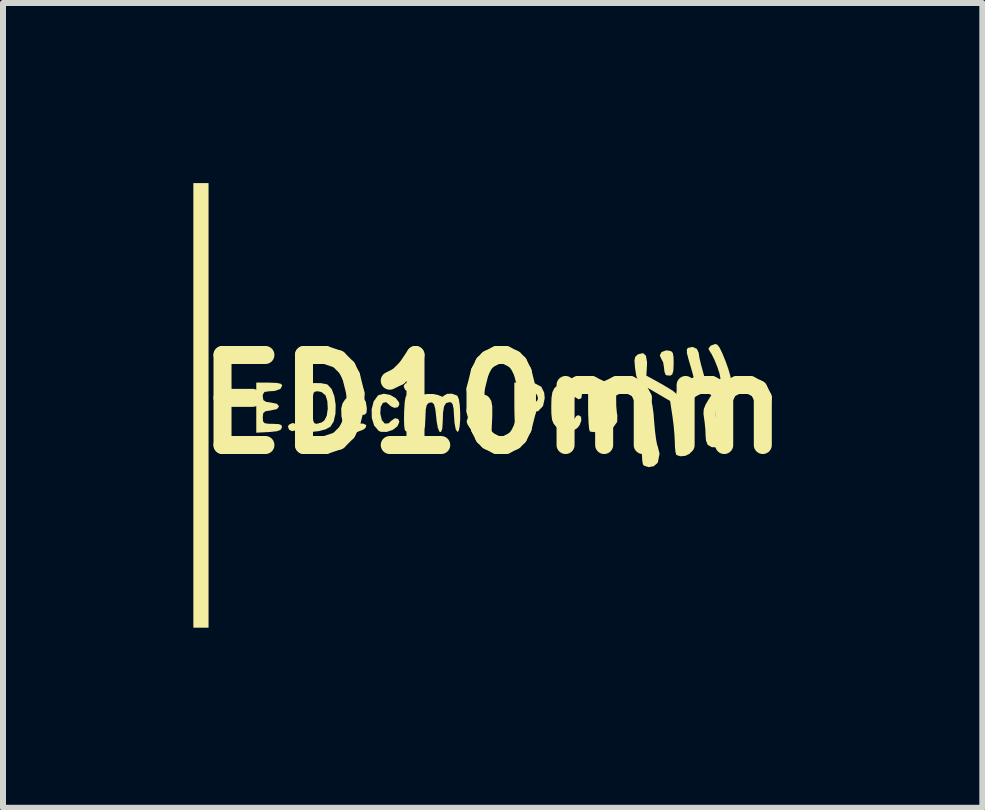
<source format=kicad_pcb>
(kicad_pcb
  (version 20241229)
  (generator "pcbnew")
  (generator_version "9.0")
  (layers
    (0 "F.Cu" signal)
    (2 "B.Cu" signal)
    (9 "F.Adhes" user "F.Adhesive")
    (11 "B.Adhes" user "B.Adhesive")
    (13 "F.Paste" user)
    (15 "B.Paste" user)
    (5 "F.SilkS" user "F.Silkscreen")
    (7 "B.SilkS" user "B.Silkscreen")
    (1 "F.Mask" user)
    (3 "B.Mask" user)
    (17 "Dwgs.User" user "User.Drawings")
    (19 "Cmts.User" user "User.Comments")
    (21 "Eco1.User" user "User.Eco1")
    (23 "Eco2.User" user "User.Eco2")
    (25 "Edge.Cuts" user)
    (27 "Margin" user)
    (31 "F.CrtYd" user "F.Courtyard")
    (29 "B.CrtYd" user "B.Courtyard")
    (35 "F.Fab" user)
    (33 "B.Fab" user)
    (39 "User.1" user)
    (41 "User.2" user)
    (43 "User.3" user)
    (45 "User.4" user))
  (footprint "ED10mm"
    (layer "F.Cu")
    (at 5.157 3.685)
    (property "Reference" "ED10mm" (at 0 0 0) (layer "F.SilkS") (effects (font (size 1.5 1.5) (thickness 0.3))))
    (attr board_only exclude_from_pos_files exclude_from_bom)
    (fp_poly (pts (xy -4.733 0.018) (xy -4.733 3.721) (xy -4.86 3.721) (xy -4.986 3.721) (xy -4.986 0.018) (xy -4.986 -3.685) (xy -4.86 -3.685) (xy -4.733 -3.685)) (stroke (width 0) (type solid)) (fill yes) (layer "F.SilkS"))
    (fp_poly (pts (xy -3.276 0.329) (xy -3.252 0.379) (xy -3.28 0.432) (xy -3.34 0.448) (xy -3.391 0.424) (xy -3.411 0.37) (xy -3.393 0.339) (xy -3.335 0.311)) (stroke (width 0) (type solid)) (fill yes) (layer "F.SilkS"))
    (fp_poly (pts (xy -1.364 -0.32) (xy -1.355 -0.292) (xy -1.38 -0.238) (xy -1.432 -0.226) (xy -1.457 -0.24) (xy -1.483 -0.298) (xy -1.462 -0.345) (xy -1.418 -0.354)) (stroke (width 0) (type solid)) (fill yes) (layer "F.SilkS"))
    (fp_poly (pts (xy 2.916 -0.897) (xy 2.972 -0.885) (xy 3.001 -0.855) (xy 3.013 -0.787) (xy 3.015 -0.687) (xy 3.011 -0.565) (xy 2.993 -0.5) (xy 2.961 -0.478) (xy 2.897 -0.482) (xy 2.88 -0.493) (xy 2.861 -0.545) (xy 2.854 -0.613) (xy 2.84 -0.7) (xy 2.813 -0.749) (xy 2.784 -0.814) (xy 2.813 -0.87) (xy 2.884 -0.897)) (stroke (width 0) (type solid)) (fill yes) (layer "F.SilkS"))
    (fp_poly (pts (xy -1.382 -0.149) (xy -1.365 -0.101) (xy -1.357 -0.006) (xy -1.355 0.142) (xy -1.359 0.312) (xy -1.373 0.416) (xy -1.398 0.46) (xy -1.4 0.461) (xy -1.45 0.447) (xy -1.465 0.424) (xy -1.473 0.364) (xy -1.477 0.255) (xy -1.475 0.119) (xy -1.474 0.105) (xy -1.465 -0.038) (xy -1.45 -0.122) (xy -1.426 -0.158) (xy -1.409 -0.163)) (stroke (width 0) (type solid)) (fill yes) (layer "F.SilkS"))
    (fp_poly (pts (xy 3.402 -0.923) (xy 3.433 -0.855) (xy 3.433 -0.854) (xy 3.443 -0.779) (xy 3.47 -0.663) (xy 3.499 -0.56) (xy 3.539 -0.411) (xy 3.548 -0.317) (xy 3.525 -0.267) (xy 3.469 -0.253) (xy 3.467 -0.253) (xy 3.415 -0.276) (xy 3.375 -0.353) (xy 3.36 -0.406) (xy 3.324 -0.539) (xy 3.281 -0.688) (xy 3.266 -0.737) (xy 3.236 -0.852) (xy 3.235 -0.916) (xy 3.253 -0.94) (xy 3.332 -0.956)) (stroke (width 0) (type solid)) (fill yes) (layer "F.SilkS"))
    (fp_poly (pts (xy 2.632 -0.068) (xy 2.66 0.012) (xy 2.68 0.153) (xy 2.69 0.283) (xy 2.704 0.441) (xy 2.721 0.576) (xy 2.738 0.669) (xy 2.748 0.695) (xy 2.78 0.823) (xy 2.754 0.958) (xy 2.745 0.978) (xy 2.684 1.031) (xy 2.599 1.047) (xy 2.523 1.023) (xy 2.504 1.003) (xy 2.493 0.948) (xy 2.486 0.841) (xy 2.484 0.695) (xy 2.486 0.528) (xy 2.492 0.355) (xy 2.501 0.192) (xy 2.512 0.055) (xy 2.525 -0.041) (xy 2.539 -0.078) (xy 2.592 -0.096)) (stroke (width 0) (type solid)) (fill yes) (layer "F.SilkS"))
    (fp_poly (pts (xy -1.71 -0.157) (xy -1.618 -0.106) (xy -1.561 -0.035) (xy -1.554 0.001) (xy -1.58 0.049) (xy -1.64 0.059) (xy -1.701 0.03) (xy -1.713 0.017) (xy -1.775 -0.036) (xy -1.829 -0.024) (xy -1.865 0.043) (xy -1.872 0.153) (xy -1.846 0.264) (xy -1.797 0.321) (xy -1.734 0.317) (xy -1.683 0.269) (xy -1.627 0.232) (xy -1.574 0.244) (xy -1.554 0.291) (xy -1.586 0.366) (xy -1.664 0.426) (xy -1.765 0.46) (xy -1.862 0.459) (xy -1.9 0.442) (xy -1.975 0.353) (xy -2.014 0.226) (xy -2.016 0.084) (xy -1.983 -0.047) (xy -1.914 -0.143) (xy -1.9 -0.153) (xy -1.813 -0.176)) (stroke (width 0) (type solid)) (fill yes) (layer "F.SilkS"))
    (fp_poly (pts (xy -3.593 -0.356) (xy -3.524 -0.34) (xy -3.505 -0.311) (xy -3.538 -0.254) (xy -3.635 -0.222) (xy -3.724 -0.217) (xy -3.801 -0.206) (xy -3.828 -0.163) (xy -3.83 -0.129) (xy -3.819 -0.069) (xy -3.774 -0.041) (xy -3.694 -0.029) (xy -3.593 -0.008) (xy -3.559 0.035) (xy -3.559 0.036) (xy -3.592 0.079) (xy -3.692 0.101) (xy -3.694 0.102) (xy -3.784 0.115) (xy -3.822 0.147) (xy -3.83 0.215) (xy -3.83 0.219) (xy -3.825 0.284) (xy -3.798 0.315) (xy -3.729 0.325) (xy -3.665 0.325) (xy -3.563 0.33) (xy -3.517 0.347) (xy -3.511 0.385) (xy -3.511 0.388) (xy -3.535 0.427) (xy -3.596 0.449) (xy -3.712 0.461) (xy -3.731 0.462) (xy -3.938 0.473) (xy -3.938 0.056) (xy -3.938 -0.361) (xy -3.721 -0.361)) (stroke (width 0) (type solid)) (fill yes) (layer "F.SilkS"))
    (fp_poly (pts (xy 0.711 -0.345) (xy 0.81 -0.292) (xy 0.858 -0.195) (xy 0.867 -0.102) (xy 0.839 0.029) (xy 0.757 0.114) (xy 0.628 0.144) (xy 0.622 0.145) (xy 0.551 0.15) (xy 0.516 0.181) (xy 0.502 0.256) (xy 0.499 0.295) (xy 0.479 0.406) (xy 0.441 0.461) (xy 0.393 0.453) (xy 0.386 0.446) (xy 0.376 0.402) (xy 0.368 0.302) (xy 0.363 0.161) (xy 0.361 0.03) (xy 0.361 -0.09) (xy 0.506 -0.09) (xy 0.514 -0.003) (xy 0.546 0.032) (xy 0.576 0.036) (xy 0.657 0.012) (xy 0.702 -0.021) (xy 0.748 -0.071) (xy 0.754 -0.11) (xy 0.737 -0.16) (xy 0.685 -0.204) (xy 0.61 -0.217) (xy 0.54 -0.209) (xy 0.511 -0.172) (xy 0.506 -0.09) (xy 0.361 -0.09) (xy 0.361 -0.361) (xy 0.554 -0.361)) (stroke (width 0) (type solid)) (fill yes) (layer "F.SilkS"))
    (fp_poly (pts (xy -2.174 -0.133) (xy -2.113 -0.042) (xy -2.096 0.066) (xy -2.101 0.139) (xy -2.13 0.172) (xy -2.205 0.18) (xy -2.24 0.181) (xy -2.334 0.186) (xy -2.376 0.211) (xy -2.385 0.256) (xy -2.373 0.306) (xy -2.326 0.323) (xy -2.26 0.32) (xy -2.153 0.322) (xy -2.104 0.348) (xy -2.118 0.392) (xy -2.148 0.418) (xy -2.267 0.466) (xy -2.39 0.448) (xy -2.437 0.422) (xy -2.489 0.342) (xy -2.519 0.201) (xy -2.519 0.196) (xy -2.523 0.071) (xy -2.509 0.016) (xy -2.385 0.016) (xy -2.353 0.062) (xy -2.291 0.072) (xy -2.223 0.058) (xy -2.213 0.027) (xy -2.253 -0.016) (xy -2.316 -0.031) (xy -2.369 -0.016) (xy -2.385 0.016) (xy -2.509 0.016) (xy -2.501 -0.016) (xy -2.458 -0.081) (xy -2.362 -0.159) (xy -2.262 -0.175)) (stroke (width 0) (type solid)) (fill yes) (layer "F.SilkS"))
    (fp_poly (pts (xy 1.382 -0.32) (xy 1.462 -0.236) (xy 1.487 -0.164) (xy 1.477 -0.101) (xy 1.433 -0.083) (xy 1.38 -0.113) (xy 1.355 -0.152) (xy 1.292 -0.229) (xy 1.208 -0.242) (xy 1.16 -0.221) (xy 1.125 -0.163) (xy 1.1 -0.06) (xy 1.09 0.061) (xy 1.096 0.175) (xy 1.117 0.248) (xy 1.18 0.309) (xy 1.259 0.325) (xy 1.329 0.295) (xy 1.355 0.253) (xy 1.395 0.194) (xy 1.43 0.181) (xy 1.472 0.207) (xy 1.477 0.271) (xy 1.447 0.35) (xy 1.409 0.397) (xy 1.302 0.46) (xy 1.184 0.456) (xy 1.07 0.387) (xy 1.064 0.381) (xy 1.016 0.324) (xy 0.989 0.258) (xy 0.978 0.161) (xy 0.976 0.038) (xy 0.98 -0.108) (xy 0.995 -0.202) (xy 1.026 -0.265) (xy 1.048 -0.289) (xy 1.154 -0.352) (xy 1.272 -0.36)) (stroke (width 0) (type solid)) (fill yes) (layer "F.SilkS"))
    (fp_poly (pts (xy -2.859 -0.352) (xy -2.765 -0.334) (xy -2.749 -0.327) (xy -2.682 -0.254) (xy -2.637 -0.134) (xy -2.615 0.011) (xy -2.619 0.159) (xy -2.649 0.288) (xy -2.703 0.373) (xy -2.783 0.417) (xy -2.895 0.447) (xy -3.008 0.459) (xy -3.09 0.446) (xy -3.1 0.441) (xy -3.122 0.403) (xy -3.134 0.318) (xy -3.138 0.178) (xy -3.136 0.054) (xy -2.999 0.054) (xy -2.997 0.193) (xy -2.989 0.274) (xy -2.971 0.313) (xy -2.939 0.325) (xy -2.929 0.325) (xy -2.847 0.301) (xy -2.803 0.268) (xy -2.764 0.19) (xy -2.747 0.073) (xy -2.754 -0.051) (xy -2.783 -0.147) (xy -2.849 -0.203) (xy -2.91 -0.217) (xy -2.955 -0.213) (xy -2.982 -0.193) (xy -2.994 -0.139) (xy -2.999 -0.039) (xy -2.999 0.054) (xy -3.136 0.054) (xy -3.136 0.033) (xy -3.125 -0.343) (xy -2.973 -0.354)) (stroke (width 0) (type solid)) (fill yes) (layer "F.SilkS"))
    (fp_poly (pts (xy -0.096 -0.146) (xy -0.058 -0.113) (xy -0.023 -0.055) (xy -0.007 0.031) (xy -0.006 0.165) (xy -0.007 0.202) (xy -0.018 0.448) (xy -0.167 0.458) (xy -0.29 0.452) (xy -0.369 0.409) (xy -0.375 0.403) (xy -0.421 0.331) (xy -0.434 0.285) (xy -0.43 0.273) (xy -0.284 0.273) (xy -0.258 0.316) (xy -0.219 0.325) (xy -0.158 0.301) (xy -0.145 0.25) (xy -0.164 0.193) (xy -0.207 0.187) (xy -0.266 0.221) (xy -0.284 0.273) (xy -0.43 0.273) (xy -0.404 0.192) (xy -0.333 0.112) (xy -0.245 0.073) (xy -0.233 0.072) (xy -0.162 0.053) (xy -0.145 0.018) (xy -0.175 -0.026) (xy -0.217 -0.036) (xy -0.275 -0.021) (xy -0.289 0) (xy -0.318 0.032) (xy -0.343 0.036) (xy -0.388 0.011) (xy -0.394 -0.048) (xy -0.366 -0.111) (xy -0.328 -0.143) (xy -0.203 -0.179)) (stroke (width 0) (type solid)) (fill yes) (layer "F.SilkS"))
    (fp_poly (pts (xy 2.554 -0.808) (xy 2.572 -0.697) (xy 2.57 -0.636) (xy 2.56 -0.478) (xy 2.834 -0.327) (xy 3 -0.226) (xy 3.098 -0.144) (xy 3.126 -0.097) (xy 3.141 -0.025) (xy 3.164 0.095) (xy 3.192 0.239) (xy 3.197 0.269) (xy 3.227 0.408) (xy 3.257 0.52) (xy 3.283 0.585) (xy 3.287 0.592) (xy 3.321 0.668) (xy 3.314 0.762) (xy 3.281 0.824) (xy 3.211 0.858) (xy 3.124 0.866) (xy 3.059 0.843) (xy 3.059 0.843) (xy 3.045 0.795) (xy 3.036 0.702) (xy 3.035 0.646) (xy 3.029 0.519) (xy 3.015 0.357) (xy 2.996 0.209) (xy 2.956 -0.055) (xy 2.686 -0.213) (xy 2.552 -0.292) (xy 2.466 -0.351) (xy 2.418 -0.405) (xy 2.392 -0.473) (xy 2.377 -0.57) (xy 2.37 -0.622) (xy 2.362 -0.73) (xy 2.375 -0.791) (xy 2.415 -0.828) (xy 2.425 -0.834) (xy 2.506 -0.853)) (stroke (width 0) (type solid)) (fill yes) (layer "F.SilkS"))
    (fp_poly (pts (xy 1.906 -0.352) (xy 1.998 -0.318) (xy 2.045 -0.248) (xy 2.058 -0.131) (xy 2.057 -0.097) (xy 2.059 0.031) (xy 2.069 0.144) (xy 2.077 0.182) (xy 2.074 0.293) (xy 2.009 0.383) (xy 1.89 0.442) (xy 1.805 0.459) (xy 1.702 0.464) (xy 1.631 0.456) (xy 1.617 0.449) (xy 1.606 0.404) (xy 1.597 0.302) (xy 1.594 0.217) (xy 1.734 0.217) (xy 1.744 0.294) (xy 1.785 0.323) (xy 1.822 0.325) (xy 1.905 0.297) (xy 1.933 0.253) (xy 1.939 0.164) (xy 1.887 0.117) (xy 1.822 0.108) (xy 1.759 0.121) (xy 1.736 0.171) (xy 1.734 0.217) (xy 1.594 0.217) (xy 1.591 0.16) (xy 1.59 0.03) (xy 1.59 -0.124) (xy 1.734 -0.124) (xy 1.746 -0.056) (xy 1.794 -0.04) (xy 1.816 -0.043) (xy 1.889 -0.084) (xy 1.908 -0.135) (xy 1.904 -0.196) (xy 1.852 -0.216) (xy 1.827 -0.217) (xy 1.757 -0.203) (xy 1.735 -0.147) (xy 1.734 -0.124) (xy 1.59 -0.124) (xy 1.59 -0.361) (xy 1.755 -0.361)) (stroke (width 0) (type solid)) (fill yes) (layer "F.SilkS"))
    (fp_poly (pts (xy 3.744 -0.992) (xy 3.781 -0.943) (xy 3.828 -0.845) (xy 3.879 -0.72) (xy 3.926 -0.588) (xy 3.96 -0.471) (xy 3.974 -0.389) (xy 3.974 -0.388) (xy 3.956 -0.327) (xy 3.907 -0.227) (xy 3.838 -0.108) (xy 3.831 -0.096) (xy 3.758 0.023) (xy 3.719 0.103) (xy 3.708 0.167) (xy 3.719 0.235) (xy 3.729 0.273) (xy 3.767 0.379) (xy 3.81 0.461) (xy 3.818 0.473) (xy 3.863 0.568) (xy 3.841 0.658) (xy 3.823 0.679) (xy 3.743 0.718) (xy 3.648 0.714) (xy 3.582 0.675) (xy 3.554 0.605) (xy 3.547 0.521) (xy 3.543 0.419) (xy 3.53 0.29) (xy 3.523 0.245) (xy 3.511 0.153) (xy 3.517 0.079) (xy 3.548 0.002) (xy 3.61 -0.102) (xy 3.644 -0.155) (xy 3.717 -0.272) (xy 3.77 -0.37) (xy 3.793 -0.431) (xy 3.794 -0.435) (xy 3.779 -0.513) (xy 3.741 -0.626) (xy 3.693 -0.745) (xy 3.645 -0.84) (xy 3.624 -0.871) (xy 3.594 -0.925) (xy 3.625 -0.97) (xy 3.633 -0.977) (xy 3.708 -1.005)) (stroke (width 0) (type solid)) (fill yes) (layer "F.SilkS"))
    (fp_poly (pts (xy -0.597 -0.147) (xy -0.585 -0.137) (xy -0.563 -0.083) (xy -0.548 0.014) (xy -0.541 0.133) (xy -0.541 0.257) (xy -0.55 0.366) (xy -0.565 0.44) (xy -0.587 0.461) (xy -0.616 0.416) (xy -0.636 0.307) (xy -0.643 0.205) (xy -0.651 0.075) (xy -0.666 0.001) (xy -0.691 -0.031) (xy -0.72 -0.036) (xy -0.776 -0.02) (xy -0.81 0.035) (xy -0.827 0.141) (xy -0.831 0.277) (xy -0.839 0.403) (xy -0.86 0.462) (xy -0.887 0.456) (xy -0.914 0.39) (xy -0.936 0.265) (xy -0.939 0.226) (xy -0.955 0.083) (xy -0.977 0.001) (xy -1.01 -0.032) (xy -1.061 -0.025) (xy -1.064 -0.024) (xy -1.098 0.011) (xy -1.115 0.09) (xy -1.12 0.214) (xy -1.127 0.36) (xy -1.148 0.438) (xy -1.186 0.451) (xy -1.223 0.425) (xy -1.243 0.369) (xy -1.257 0.266) (xy -1.263 0.139) (xy -1.262 0.014) (xy -1.251 -0.086) (xy -1.237 -0.13) (xy -1.183 -0.158) (xy -1.089 -0.172) (xy -0.985 -0.171) (xy -0.902 -0.153) (xy -0.882 -0.142) (xy -0.832 -0.125) (xy -0.814 -0.143) (xy -0.758 -0.175) (xy -0.674 -0.176)) (stroke (width 0) (type solid)) (fill yes) (layer "F.SilkS")))
  (gr_rect
    (start -3 -3)
    (end 13.314 10.407)
    (stroke (width 0.1) (type default))
    (fill no)
    (layer "Edge.Cuts")))
</source>
